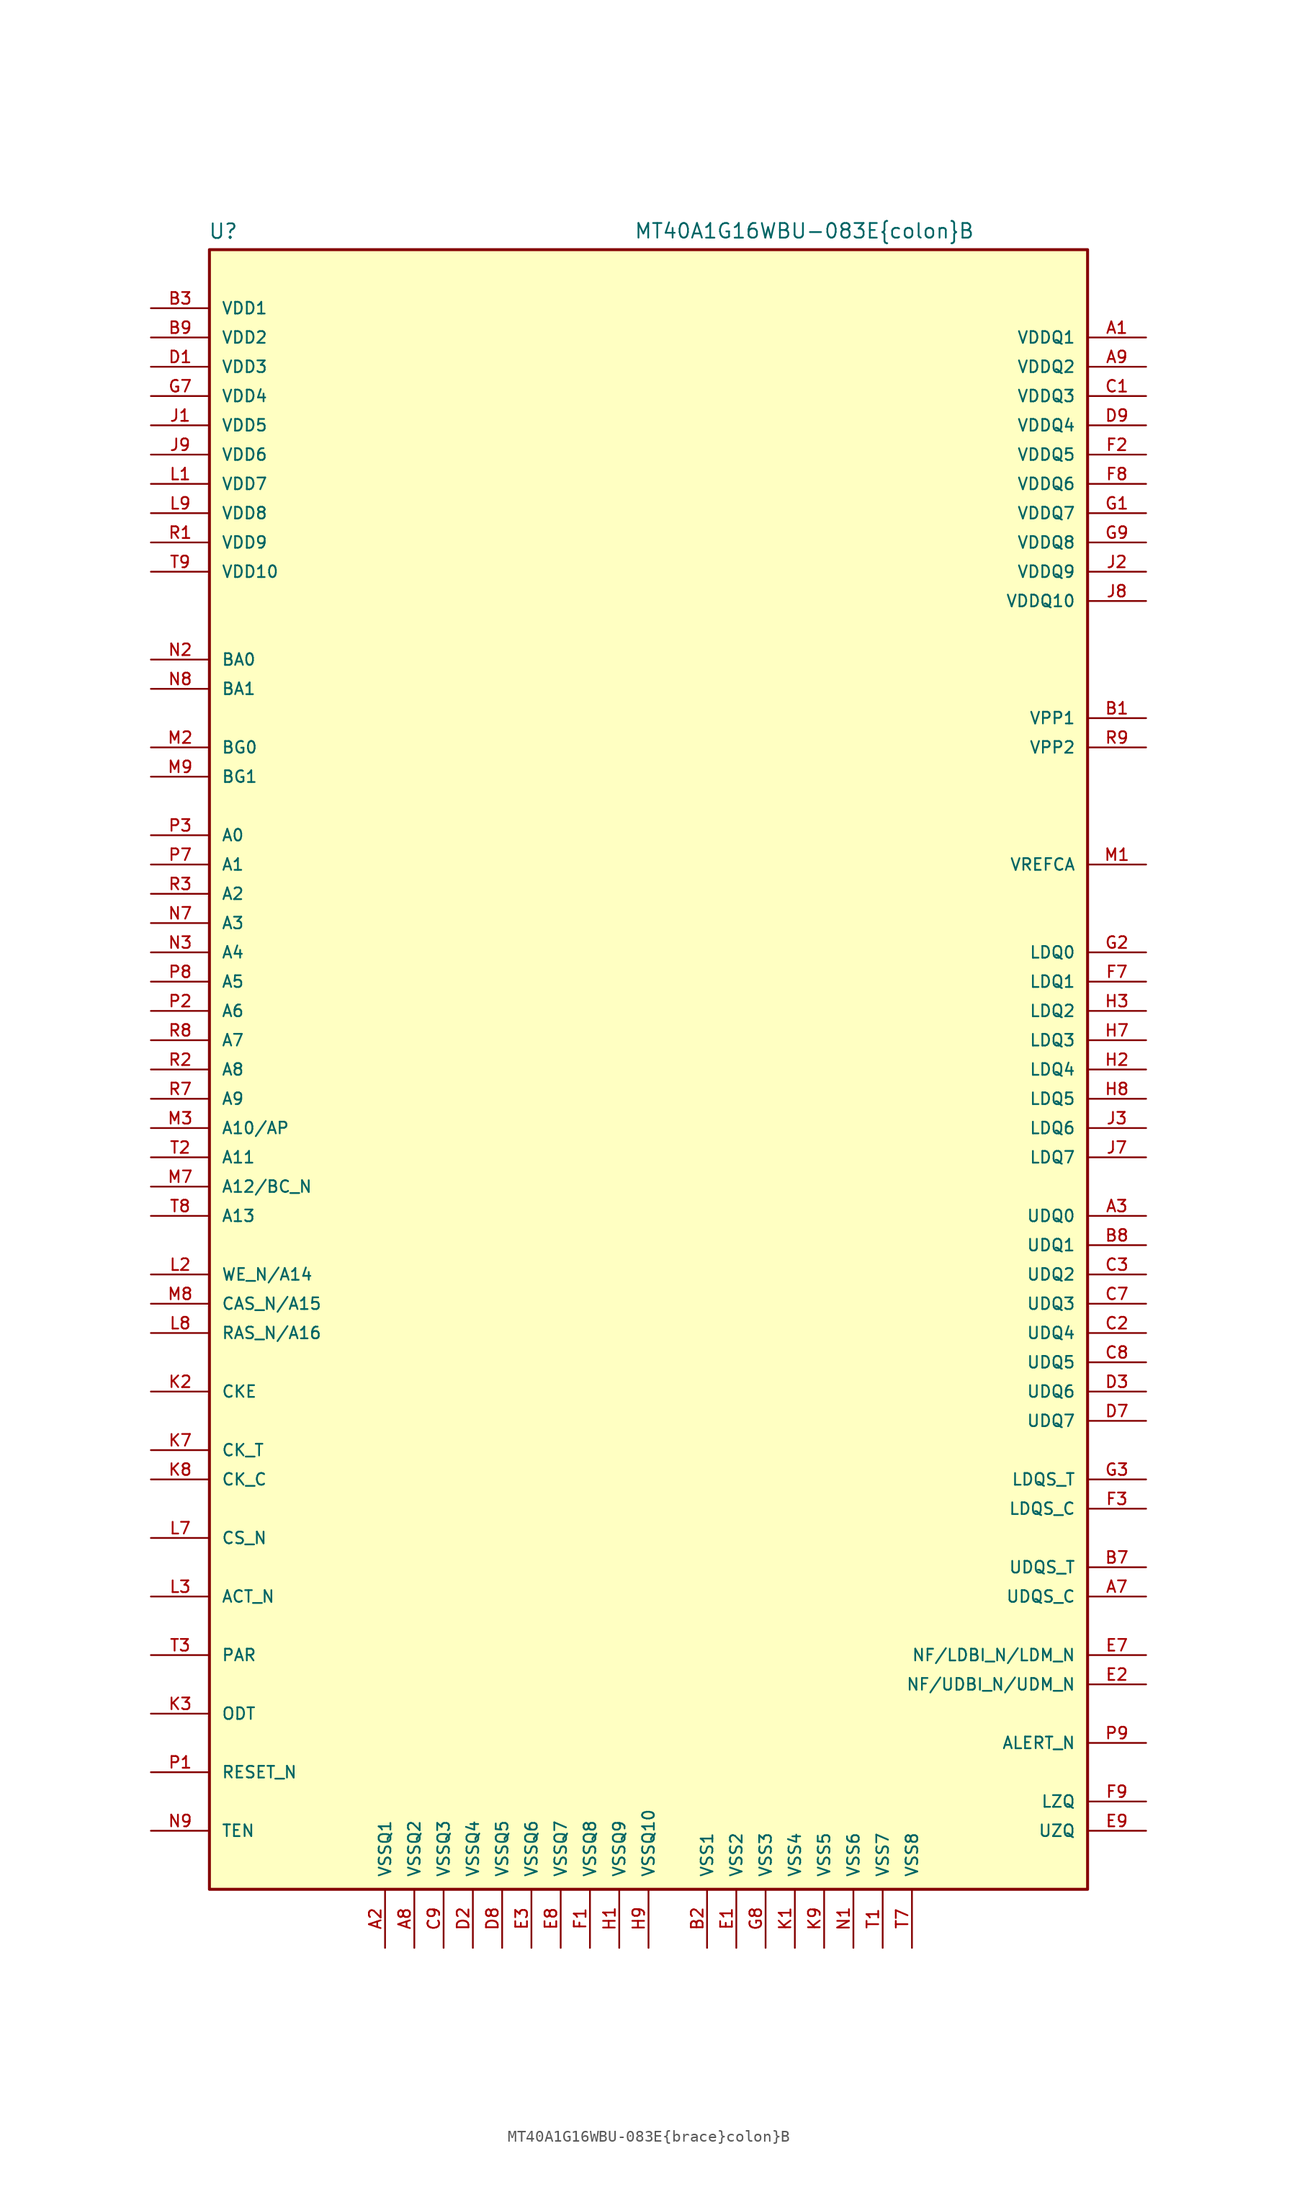
<source format=kicad_sym>
(kicad_symbol_lib
  (version 20220914)
  (generator kicad_symbol_editor)
  (symbol "MT40A1G16WBU-083E{brace}colon}B"
    (pin_names
      (offset 1.016))
    (property "Reference" "U"
      (at -38.214 71.969 0)
      (effects (font (size 1.27 1.27)) (justify left bottom)))
    (property "Value" "MT40A1G16WBU-083E{brace}colon}B"
      (at -1.274 71.996 0)
      (effects (font (size 1.27 1.27)) (justify left bottom)))
    (symbol "MT40A1G16WBU-083E{brace}colon}B_0_0"
      (rectangle (start -38.1 -71.12) (end 38.1 71.12) (stroke (width 0.254) (type default)) (fill (type background)))
      (pin power_in line (at 43.18 63.5 180) (length 5.08) (name "VDDQ1" (effects (font (size 1.016 1.016)))) (number "A1" (effects (font (size 1.016 1.016)))))
      (pin power_in line (at -22.86 -76.2 90) (length 5.08) (name "VSSQ1" (effects (font (size 1.016 1.016)))) (number "A2" (effects (font (size 1.016 1.016)))))
      (pin bidirectional line (at 43.18 -12.7 180) (length 5.08) (name "UDQ0" (effects (font (size 1.016 1.016)))) (number "A3" (effects (font (size 1.016 1.016)))))
      (pin input line (at 43.18 -45.72 180) (length 5.08) (name "UDQS_C" (effects (font (size 1.016 1.016)))) (number "A7" (effects (font (size 1.016 1.016)))))
      (pin power_in line (at -20.32 -76.2 90) (length 5.08) (name "VSSQ2" (effects (font (size 1.016 1.016)))) (number "A8" (effects (font (size 1.016 1.016)))))
      (pin power_in line (at 43.18 60.96 180) (length 5.08) (name "VDDQ2" (effects (font (size 1.016 1.016)))) (number "A9" (effects (font (size 1.016 1.016)))))
      (pin power_in line (at 43.18 30.48 180) (length 5.08) (name "VPP1" (effects (font (size 1.016 1.016)))) (number "B1" (effects (font (size 1.016 1.016)))))
      (pin power_in line (at 5.08 -76.2 90) (length 5.08) (name "VSS1" (effects (font (size 1.016 1.016)))) (number "B2" (effects (font (size 1.016 1.016)))))
      (pin power_in line (at -43.18 66.04 0) (length 5.08) (name "VDD1" (effects (font (size 1.016 1.016)))) (number "B3" (effects (font (size 1.016 1.016)))))
      (pin input line (at 43.18 -43.18 180) (length 5.08) (name "UDQS_T" (effects (font (size 1.016 1.016)))) (number "B7" (effects (font (size 1.016 1.016)))))
      (pin bidirectional line (at 43.18 -15.24 180) (length 5.08) (name "UDQ1" (effects (font (size 1.016 1.016)))) (number "B8" (effects (font (size 1.016 1.016)))))
      (pin power_in line (at -43.18 63.5 0) (length 5.08) (name "VDD2" (effects (font (size 1.016 1.016)))) (number "B9" (effects (font (size 1.016 1.016)))))
      (pin power_in line (at 43.18 58.42 180) (length 5.08) (name "VDDQ3" (effects (font (size 1.016 1.016)))) (number "C1" (effects (font (size 1.016 1.016)))))
      (pin bidirectional line (at 43.18 -22.86 180) (length 5.08) (name "UDQ4" (effects (font (size 1.016 1.016)))) (number "C2" (effects (font (size 1.016 1.016)))))
      (pin bidirectional line (at 43.18 -17.78 180) (length 5.08) (name "UDQ2" (effects (font (size 1.016 1.016)))) (number "C3" (effects (font (size 1.016 1.016)))))
      (pin bidirectional line (at 43.18 -20.32 180) (length 5.08) (name "UDQ3" (effects (font (size 1.016 1.016)))) (number "C7" (effects (font (size 1.016 1.016)))))
      (pin bidirectional line (at 43.18 -25.4 180) (length 5.08) (name "UDQ5" (effects (font (size 1.016 1.016)))) (number "C8" (effects (font (size 1.016 1.016)))))
      (pin power_in line (at -17.78 -76.2 90) (length 5.08) (name "VSSQ3" (effects (font (size 1.016 1.016)))) (number "C9" (effects (font (size 1.016 1.016)))))
      (pin power_in line (at -43.18 60.96 0) (length 5.08) (name "VDD3" (effects (font (size 1.016 1.016)))) (number "D1" (effects (font (size 1.016 1.016)))))
      (pin power_in line (at -15.24 -76.2 90) (length 5.08) (name "VSSQ4" (effects (font (size 1.016 1.016)))) (number "D2" (effects (font (size 1.016 1.016)))))
      (pin bidirectional line (at 43.18 -27.94 180) (length 5.08) (name "UDQ6" (effects (font (size 1.016 1.016)))) (number "D3" (effects (font (size 1.016 1.016)))))
      (pin bidirectional line (at 43.18 -30.48 180) (length 5.08) (name "UDQ7" (effects (font (size 1.016 1.016)))) (number "D7" (effects (font (size 1.016 1.016)))))
      (pin power_in line (at -12.7 -76.2 90) (length 5.08) (name "VSSQ5" (effects (font (size 1.016 1.016)))) (number "D8" (effects (font (size 1.016 1.016)))))
      (pin power_in line (at 43.18 55.88 180) (length 5.08) (name "VDDQ4" (effects (font (size 1.016 1.016)))) (number "D9" (effects (font (size 1.016 1.016)))))
      (pin power_in line (at 7.62 -76.2 90) (length 5.08) (name "VSS2" (effects (font (size 1.016 1.016)))) (number "E1" (effects (font (size 1.016 1.016)))))
      (pin input line (at 43.18 -53.34 180) (length 5.08) (name "NF/UDBI_N/UDM_N" (effects (font (size 1.016 1.016)))) (number "E2" (effects (font (size 1.016 1.016)))))
      (pin power_in line (at -10.16 -76.2 90) (length 5.08) (name "VSSQ6" (effects (font (size 1.016 1.016)))) (number "E3" (effects (font (size 1.016 1.016)))))
      (pin input line (at 43.18 -50.8 180) (length 5.08) (name "NF/LDBI_N/LDM_N" (effects (font (size 1.016 1.016)))) (number "E7" (effects (font (size 1.016 1.016)))))
      (pin power_in line (at -7.62 -76.2 90) (length 5.08) (name "VSSQ7" (effects (font (size 1.016 1.016)))) (number "E8" (effects (font (size 1.016 1.016)))))
      (pin passive line (at 43.18 -66.04 180) (length 5.08) (name "UZQ" (effects (font (size 1.016 1.016)))) (number "E9" (effects (font (size 1.016 1.016)))))
      (pin power_in line (at -5.08 -76.2 90) (length 5.08) (name "VSSQ8" (effects (font (size 1.016 1.016)))) (number "F1" (effects (font (size 1.016 1.016)))))
      (pin power_in line (at 43.18 53.34 180) (length 5.08) (name "VDDQ5" (effects (font (size 1.016 1.016)))) (number "F2" (effects (font (size 1.016 1.016)))))
      (pin input line (at 43.18 -38.1 180) (length 5.08) (name "LDQS_C" (effects (font (size 1.016 1.016)))) (number "F3" (effects (font (size 1.016 1.016)))))
      (pin bidirectional line (at 43.18 7.62 180) (length 5.08) (name "LDQ1" (effects (font (size 1.016 1.016)))) (number "F7" (effects (font (size 1.016 1.016)))))
      (pin power_in line (at 43.18 50.8 180) (length 5.08) (name "VDDQ6" (effects (font (size 1.016 1.016)))) (number "F8" (effects (font (size 1.016 1.016)))))
      (pin passive line (at 43.18 -63.5 180) (length 5.08) (name "LZQ" (effects (font (size 1.016 1.016)))) (number "F9" (effects (font (size 1.016 1.016)))))
      (pin power_in line (at 43.18 48.26 180) (length 5.08) (name "VDDQ7" (effects (font (size 1.016 1.016)))) (number "G1" (effects (font (size 1.016 1.016)))))
      (pin bidirectional line (at 43.18 10.16 180) (length 5.08) (name "LDQ0" (effects (font (size 1.016 1.016)))) (number "G2" (effects (font (size 1.016 1.016)))))
      (pin input line (at 43.18 -35.56 180) (length 5.08) (name "LDQS_T" (effects (font (size 1.016 1.016)))) (number "G3" (effects (font (size 1.016 1.016)))))
      (pin power_in line (at -43.18 58.42 0) (length 5.08) (name "VDD4" (effects (font (size 1.016 1.016)))) (number "G7" (effects (font (size 1.016 1.016)))))
      (pin power_in line (at 10.16 -76.2 90) (length 5.08) (name "VSS3" (effects (font (size 1.016 1.016)))) (number "G8" (effects (font (size 1.016 1.016)))))
      (pin power_in line (at 43.18 45.72 180) (length 5.08) (name "VDDQ8" (effects (font (size 1.016 1.016)))) (number "G9" (effects (font (size 1.016 1.016)))))
      (pin power_in line (at -2.54 -76.2 90) (length 5.08) (name "VSSQ9" (effects (font (size 1.016 1.016)))) (number "H1" (effects (font (size 1.016 1.016)))))
      (pin bidirectional line (at 43.18 0 180) (length 5.08) (name "LDQ4" (effects (font (size 1.016 1.016)))) (number "H2" (effects (font (size 1.016 1.016)))))
      (pin bidirectional line (at 43.18 5.08 180) (length 5.08) (name "LDQ2" (effects (font (size 1.016 1.016)))) (number "H3" (effects (font (size 1.016 1.016)))))
      (pin bidirectional line (at 43.18 2.54 180) (length 5.08) (name "LDQ3" (effects (font (size 1.016 1.016)))) (number "H7" (effects (font (size 1.016 1.016)))))
      (pin bidirectional line (at 43.18 -2.54 180) (length 5.08) (name "LDQ5" (effects (font (size 1.016 1.016)))) (number "H8" (effects (font (size 1.016 1.016)))))
      (pin power_in line (at 0 -76.2 90) (length 5.08) (name "VSSQ10" (effects (font (size 1.016 1.016)))) (number "H9" (effects (font (size 1.016 1.016)))))
      (pin power_in line (at -43.18 55.88 0) (length 5.08) (name "VDD5" (effects (font (size 1.016 1.016)))) (number "J1" (effects (font (size 1.016 1.016)))))
      (pin power_in line (at 43.18 43.18 180) (length 5.08) (name "VDDQ9" (effects (font (size 1.016 1.016)))) (number "J2" (effects (font (size 1.016 1.016)))))
      (pin bidirectional line (at 43.18 -5.08 180) (length 5.08) (name "LDQ6" (effects (font (size 1.016 1.016)))) (number "J3" (effects (font (size 1.016 1.016)))))
      (pin bidirectional line (at 43.18 -7.62 180) (length 5.08) (name "LDQ7" (effects (font (size 1.016 1.016)))) (number "J7" (effects (font (size 1.016 1.016)))))
      (pin power_in line (at 43.18 40.64 180) (length 5.08) (name "VDDQ10" (effects (font (size 1.016 1.016)))) (number "J8" (effects (font (size 1.016 1.016)))))
      (pin power_in line (at -43.18 53.34 0) (length 5.08) (name "VDD6" (effects (font (size 1.016 1.016)))) (number "J9" (effects (font (size 1.016 1.016)))))
      (pin power_in line (at 12.7 -76.2 90) (length 5.08) (name "VSS4" (effects (font (size 1.016 1.016)))) (number "K1" (effects (font (size 1.016 1.016)))))
      (pin input line (at -43.18 -27.94 0) (length 5.08) (name "CKE" (effects (font (size 1.016 1.016)))) (number "K2" (effects (font (size 1.016 1.016)))))
      (pin input line (at -43.18 -55.88 0) (length 5.08) (name "ODT" (effects (font (size 1.016 1.016)))) (number "K3" (effects (font (size 1.016 1.016)))))
      (pin input line (at -43.18 -33.02 0) (length 5.08) (name "CK_T" (effects (font (size 1.016 1.016)))) (number "K7" (effects (font (size 1.016 1.016)))))
      (pin input line (at -43.18 -35.56 0) (length 5.08) (name "CK_C" (effects (font (size 1.016 1.016)))) (number "K8" (effects (font (size 1.016 1.016)))))
      (pin power_in line (at 15.24 -76.2 90) (length 5.08) (name "VSS5" (effects (font (size 1.016 1.016)))) (number "K9" (effects (font (size 1.016 1.016)))))
      (pin power_in line (at -43.18 50.8 0) (length 5.08) (name "VDD7" (effects (font (size 1.016 1.016)))) (number "L1" (effects (font (size 1.016 1.016)))))
      (pin input line (at -43.18 -17.78 0) (length 5.08) (name "WE_N/A14" (effects (font (size 1.016 1.016)))) (number "L2" (effects (font (size 1.016 1.016)))))
      (pin input line (at -43.18 -45.72 0) (length 5.08) (name "ACT_N" (effects (font (size 1.016 1.016)))) (number "L3" (effects (font (size 1.016 1.016)))))
      (pin input line (at -43.18 -40.64 0) (length 5.08) (name "CS_N" (effects (font (size 1.016 1.016)))) (number "L7" (effects (font (size 1.016 1.016)))))
      (pin input line (at -43.18 -22.86 0) (length 5.08) (name "RAS_N/A16" (effects (font (size 1.016 1.016)))) (number "L8" (effects (font (size 1.016 1.016)))))
      (pin power_in line (at -43.18 48.26 0) (length 5.08) (name "VDD8" (effects (font (size 1.016 1.016)))) (number "L9" (effects (font (size 1.016 1.016)))))
      (pin power_in line (at 43.18 17.78 180) (length 5.08) (name "VREFCA" (effects (font (size 1.016 1.016)))) (number "M1" (effects (font (size 1.016 1.016)))))
      (pin input line (at -43.18 27.94 0) (length 5.08) (name "BG0" (effects (font (size 1.016 1.016)))) (number "M2" (effects (font (size 1.016 1.016)))))
      (pin input line (at -43.18 -5.08 0) (length 5.08) (name "A10/AP" (effects (font (size 1.016 1.016)))) (number "M3" (effects (font (size 1.016 1.016)))))
      (pin input line (at -43.18 -10.16 0) (length 5.08) (name "A12/BC_N" (effects (font (size 1.016 1.016)))) (number "M7" (effects (font (size 1.016 1.016)))))
      (pin input line (at -43.18 -20.32 0) (length 5.08) (name "CAS_N/A15" (effects (font (size 1.016 1.016)))) (number "M8" (effects (font (size 1.016 1.016)))))
      (pin input line (at -43.18 25.4 0) (length 5.08) (name "BG1" (effects (font (size 1.016 1.016)))) (number "M9" (effects (font (size 1.016 1.016)))))
      (pin power_in line (at 17.78 -76.2 90) (length 5.08) (name "VSS6" (effects (font (size 1.016 1.016)))) (number "N1" (effects (font (size 1.016 1.016)))))
      (pin input line (at -43.18 35.56 0) (length 5.08) (name "BA0" (effects (font (size 1.016 1.016)))) (number "N2" (effects (font (size 1.016 1.016)))))
      (pin input line (at -43.18 10.16 0) (length 5.08) (name "A4" (effects (font (size 1.016 1.016)))) (number "N3" (effects (font (size 1.016 1.016)))))
      (pin input line (at -43.18 12.7 0) (length 5.08) (name "A3" (effects (font (size 1.016 1.016)))) (number "N7" (effects (font (size 1.016 1.016)))))
      (pin input line (at -43.18 33.02 0) (length 5.08) (name "BA1" (effects (font (size 1.016 1.016)))) (number "N8" (effects (font (size 1.016 1.016)))))
      (pin input line (at -43.18 -66.04 0) (length 5.08) (name "TEN" (effects (font (size 1.016 1.016)))) (number "N9" (effects (font (size 1.016 1.016)))))
      (pin input line (at -43.18 -60.96 0) (length 5.08) (name "RESET_N" (effects (font (size 1.016 1.016)))) (number "P1" (effects (font (size 1.016 1.016)))))
      (pin input line (at -43.18 5.08 0) (length 5.08) (name "A6" (effects (font (size 1.016 1.016)))) (number "P2" (effects (font (size 1.016 1.016)))))
      (pin input line (at -43.18 20.32 0) (length 5.08) (name "A0" (effects (font (size 1.016 1.016)))) (number "P3" (effects (font (size 1.016 1.016)))))
      (pin input line (at -43.18 17.78 0) (length 5.08) (name "A1" (effects (font (size 1.016 1.016)))) (number "P7" (effects (font (size 1.016 1.016)))))
      (pin input line (at -43.18 7.62 0) (length 5.08) (name "A5" (effects (font (size 1.016 1.016)))) (number "P8" (effects (font (size 1.016 1.016)))))
      (pin output line (at 43.18 -58.42 180) (length 5.08) (name "ALERT_N" (effects (font (size 1.016 1.016)))) (number "P9" (effects (font (size 1.016 1.016)))))
      (pin power_in line (at -43.18 45.72 0) (length 5.08) (name "VDD9" (effects (font (size 1.016 1.016)))) (number "R1" (effects (font (size 1.016 1.016)))))
      (pin input line (at -43.18 0 0) (length 5.08) (name "A8" (effects (font (size 1.016 1.016)))) (number "R2" (effects (font (size 1.016 1.016)))))
      (pin input line (at -43.18 15.24 0) (length 5.08) (name "A2" (effects (font (size 1.016 1.016)))) (number "R3" (effects (font (size 1.016 1.016)))))
      (pin input line (at -43.18 -2.54 0) (length 5.08) (name "A9" (effects (font (size 1.016 1.016)))) (number "R7" (effects (font (size 1.016 1.016)))))
      (pin input line (at -43.18 2.54 0) (length 5.08) (name "A7" (effects (font (size 1.016 1.016)))) (number "R8" (effects (font (size 1.016 1.016)))))
      (pin power_in line (at 43.18 27.94 180) (length 5.08) (name "VPP2" (effects (font (size 1.016 1.016)))) (number "R9" (effects (font (size 1.016 1.016)))))
      (pin power_in line (at 20.32 -76.2 90) (length 5.08) (name "VSS7" (effects (font (size 1.016 1.016)))) (number "T1" (effects (font (size 1.016 1.016)))))
      (pin input line (at -43.18 -7.62 0) (length 5.08) (name "A11" (effects (font (size 1.016 1.016)))) (number "T2" (effects (font (size 1.016 1.016)))))
      (pin input line (at -43.18 -50.8 0) (length 5.08) (name "PAR" (effects (font (size 1.016 1.016)))) (number "T3" (effects (font (size 1.016 1.016)))))
      (pin power_in line (at 22.86 -76.2 90) (length 5.08) (name "VSS8" (effects (font (size 1.016 1.016)))) (number "T7" (effects (font (size 1.016 1.016)))))
      (pin input line (at -43.18 -12.7 0) (length 5.08) (name "A13" (effects (font (size 1.016 1.016)))) (number "T8" (effects (font (size 1.016 1.016)))))
      (pin power_in line (at -43.18 43.18 0) (length 5.08) (name "VDD10" (effects (font (size 1.016 1.016)))) (number "T9" (effects (font (size 1.016 1.016))))))))
</source>
